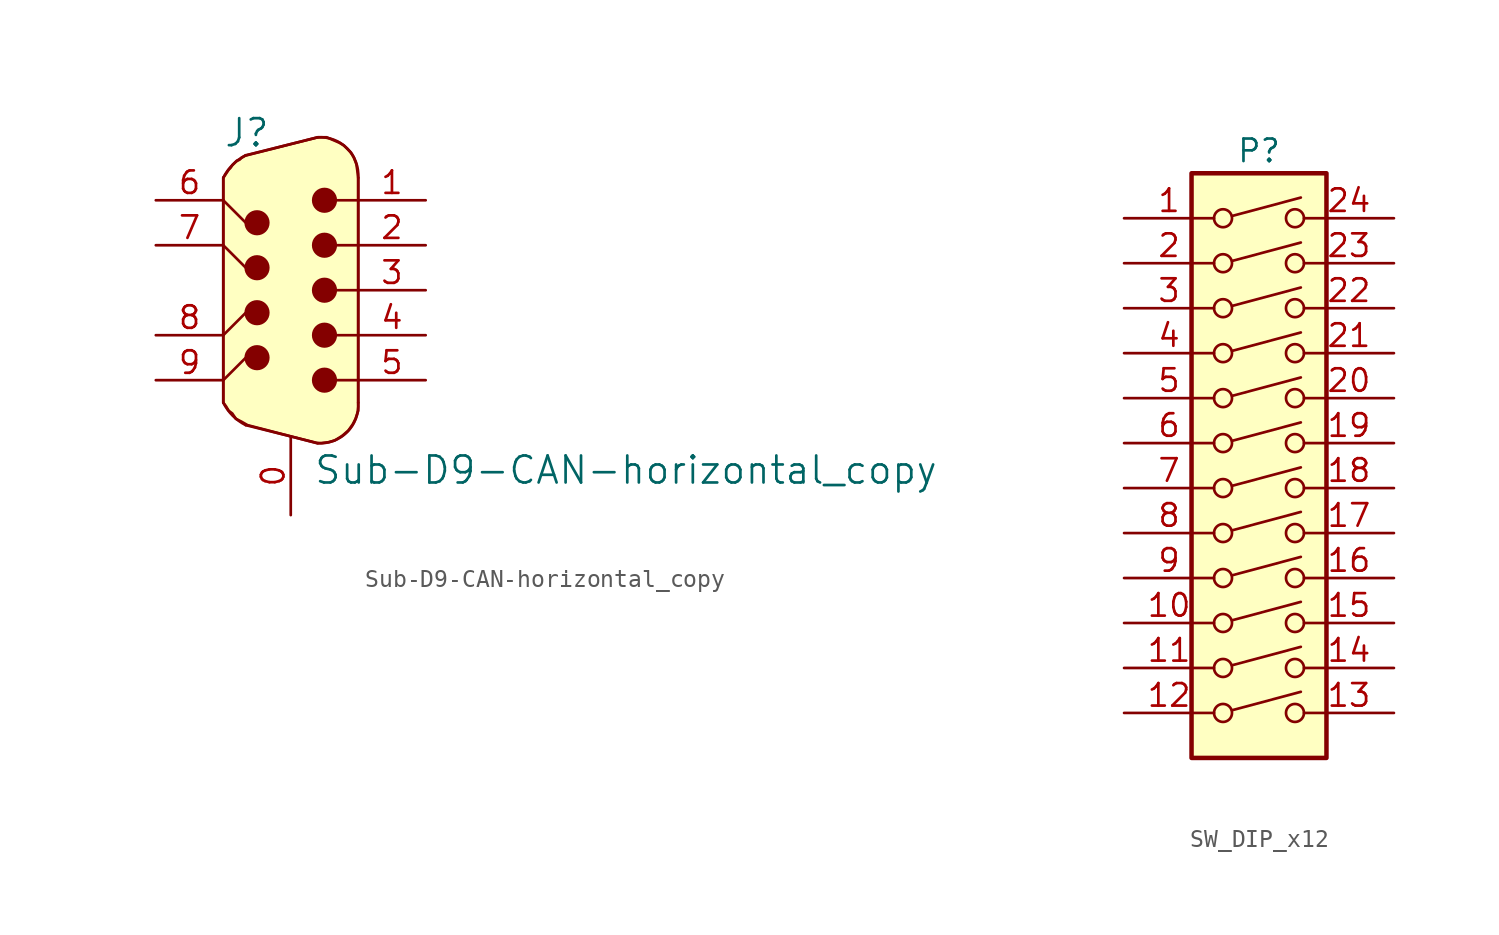
<source format=kicad_sym>
(kicad_symbol_lib
  (version 20211014)
  (generator kicad_symbol_editor)
  (symbol "Sub-D9-CAN-horizontal_copy"
    (pin_names
      (offset 1.016))
    (property "Reference" "J"
      (at -3.81 8.89 0)
      (effects (font (size 1.524 1.524)) (justify left)))
    (property "Value" "Sub-D9-CAN-horizontal_copy"
      (at 1.27 -10.16 0)
      (effects (font (size 1.524 1.524)) (justify left)))
    (symbol "Sub-D9-CAN-horizontal_copy_0_1"
      (circle (center -1.905 -3.81) (radius 0.635) (stroke (width 0) (type default) (color 0 0 0 0)) (fill (type outline)))
      (circle (center -1.905 -1.27) (radius 0.635) (stroke (width 0) (type default) (color 0 0 0 0)) (fill (type outline)))
      (circle (center -1.905 1.27) (radius 0.635) (stroke (width 0) (type default) (color 0 0 0 0)) (fill (type outline)))
      (circle (center -1.905 3.81) (radius 0.635) (stroke (width 0) (type default) (color 0 0 0 0)) (fill (type outline)))
      (polyline (pts (xy -3.81 -5.08) (xy -2.54 -3.81)) (stroke (width 0) (type default) (color 0 0 0 0)) (fill (type none)))
      (polyline (pts (xy -3.81 -2.54) (xy -2.54 -1.27)) (stroke (width 0) (type default) (color 0 0 0 0)) (fill (type none)))
      (polyline (pts (xy -3.81 2.54) (xy -2.54 1.27)) (stroke (width 0) (type default) (color 0 0 0 0)) (fill (type none)))
      (polyline (pts (xy -3.81 5.08) (xy -2.54 3.81)) (stroke (width 0) (type default) (color 0 0 0 0)) (fill (type none)))
      (polyline (pts (xy 3.81 -5.08) (xy 2.54 -5.08)) (stroke (width 0) (type default) (color 0 0 0 0)) (fill (type none)))
      (polyline (pts (xy 3.81 -2.54) (xy 2.54 -2.54)) (stroke (width 0) (type default) (color 0 0 0 0)) (fill (type none)))
      (polyline (pts (xy 3.81 0) (xy 2.54 0)) (stroke (width 0) (type default) (color 0 0 0 0)) (fill (type none)))
      (polyline (pts (xy 3.81 2.54) (xy 2.54 2.54)) (stroke (width 0) (type default) (color 0 0 0 0)) (fill (type none)))
      (polyline (pts (xy 3.81 5.08) (xy 2.54 5.08)) (stroke (width 0) (type default) (color 0 0 0 0)) (fill (type none)))
      (circle (center 1.905 -5.08) (radius 0.635) (stroke (width 0) (type default) (color 0 0 0 0)) (fill (type outline)))
      (circle (center 1.905 -2.54) (radius 0.635) (stroke (width 0) (type default) (color 0 0 0 0)) (fill (type outline)))
      (circle (center 1.905 0) (radius 0.635) (stroke (width 0) (type default) (color 0 0 0 0)) (fill (type outline)))
      (circle (center 1.905 2.54) (radius 0.635) (stroke (width 0) (type default) (color 0 0 0 0)) (fill (type outline)))
      (circle (center 1.905 5.08) (radius 0.635) (stroke (width 0) (type default) (color 0 0 0 0)) (fill (type outline))))
    (symbol "Sub-D9-CAN-horizontal_copy_1_1"
      (arc (start -3.81 -6.35) (mid -3.278 -7.088) (end -2.54 -7.62) (stroke (width 0) (type default) (color 0 0 0 0)) (fill (type none)))
      (arc (start -2.54 7.62) (mid -3.278 7.088) (end -3.81 6.35) (stroke (width 0) (type default) (color 0 0 0 0)) (fill (type none)))
      (polyline (pts (xy -3.81 6.35) (xy -3.81 -6.35)) (stroke (width 0) (type default) (color 0 0 0 0)) (fill (type background)))
      (polyline (pts (xy -2.54 7.62) (xy 1.524 8.636)) (stroke (width 0) (type default) (color 0 0 0 0)) (fill (type background)))
      (polyline (pts (xy 1.524 -8.636) (xy -2.54 -7.62)) (stroke (width 0) (type default) (color 0 0 0 0)) (fill (type background)))
      (polyline (pts (xy 3.81 6.35) (xy 3.81 -6.35)) (stroke (width 0) (type default) (color 0 0 0 0)) (fill (type background)))
      (polyline (pts (xy -2.54 7.62) (xy -2.794 7.468) (xy -2.896 7.366) (xy -3.048 7.315) (xy -3.2 7.163) (xy -3.302 7.061) (xy -3.404 6.909) (xy -3.505 6.807) (xy -3.607 6.655) (xy -3.708 6.502) (xy -3.81 6.35) (xy -3.81 -6.35) (xy -3.658 -6.553) (xy -3.505 -6.807) (xy -3.302 -6.96) (xy -3.099 -7.264) (xy -2.794 -7.417) (xy -2.438 -7.62) (xy 1.473 -8.636) (xy 1.727 -8.636) (xy 2.134 -8.585) (xy 2.489 -8.484) (xy 2.896 -8.23) (xy 3.251 -7.925) (xy 3.505 -7.569) (xy 3.658 -7.264) (xy 3.81 -6.807) (xy 3.81 -6.35) (xy 3.81 6.35) (xy 3.759 6.756) (xy 3.708 7.112) (xy 3.556 7.518) (xy 3.404 7.772) (xy 3.2 7.976) (xy 2.997 8.179) (xy 2.743 8.331) (xy 2.388 8.484) (xy 2.032 8.636) (xy 1.778 8.636) (xy 1.524 8.636) (xy -2.489 7.62)) (stroke (width 0) (type default) (color 0 0 0 0)) (fill (type background)))
      (arc (start 1.524 -8.636) (mid 3.1896 -8.0073) (end 3.81 -6.35) (stroke (width 0) (type default) (color 0 0 0 0)) (fill (type none)))
      (arc (start 3.81 6.35) (mid 3.1813 8.0156) (end 1.524 8.636) (stroke (width 0) (type default) (color 0 0 0 0)) (fill (type none)))
      (pin passive line (at 0 -12.7 90) (length 4.445) (name "~" (effects (font (size 1.27 1.27)))) (number "0" (effects (font (size 1.27 1.27)))))
      (pin passive line (at 7.62 5.08 180) (length 3.81) (name "~" (effects (font (size 1.27 1.27)))) (number "1" (effects (font (size 1.27 1.27)))))
      (pin passive line (at 7.62 2.54 180) (length 3.81) (name "~" (effects (font (size 1.27 1.27)))) (number "2" (effects (font (size 1.27 1.27)))))
      (pin passive line (at 7.62 0 180) (length 3.81) (name "~" (effects (font (size 1.27 1.27)))) (number "3" (effects (font (size 1.27 1.27)))))
      (pin passive line (at 7.62 -2.54 180) (length 3.81) (name "~" (effects (font (size 1.27 1.27)))) (number "4" (effects (font (size 1.27 1.27)))))
      (pin passive line (at 7.62 -5.08 180) (length 3.81) (name "~" (effects (font (size 1.27 1.27)))) (number "5" (effects (font (size 1.27 1.27)))))
      (pin passive line (at -7.62 5.08 0) (length 3.81) (name "~" (effects (font (size 1.27 1.27)))) (number "6" (effects (font (size 1.27 1.27)))))
      (pin passive line (at -7.62 2.54 0) (length 3.81) (name "~" (effects (font (size 1.27 1.27)))) (number "7" (effects (font (size 1.27 1.27)))))
      (pin passive line (at -7.62 -2.54 0) (length 3.81) (name "~" (effects (font (size 1.27 1.27)))) (number "8" (effects (font (size 1.27 1.27)))))
      (pin passive line (at -7.62 -5.08 0) (length 3.81) (name "~" (effects (font (size 1.27 1.27)))) (number "9" (effects (font (size 1.27 1.27)))))))
  (symbol "SW_DIP_x12"
    (pin_names
      (offset 0) hide)
    (property "Reference" "P"
      (at 0 19.05 0)
      (effects (font (size 1.27 1.27))))
    (symbol "SW_DIP_x12_0_0"
      (circle (center -2.032 -12.7) (radius 0.508) (stroke (width 0) (type default) (color 0 0 0 0)) (fill (type none)))
      (circle (center -2.032 -10.16) (radius 0.508) (stroke (width 0) (type default) (color 0 0 0 0)) (fill (type none)))
      (circle (center -2.032 -7.62) (radius 0.508) (stroke (width 0) (type default) (color 0 0 0 0)) (fill (type none)))
      (circle (center -2.032 -5.08) (radius 0.508) (stroke (width 0) (type default) (color 0 0 0 0)) (fill (type none)))
      (circle (center -2.032 -2.54) (radius 0.508) (stroke (width 0) (type default) (color 0 0 0 0)) (fill (type none)))
      (circle (center -2.032 0) (radius 0.508) (stroke (width 0) (type default) (color 0 0 0 0)) (fill (type none)))
      (circle (center -2.032 2.54) (radius 0.508) (stroke (width 0) (type default) (color 0 0 0 0)) (fill (type none)))
      (circle (center -2.032 5.08) (radius 0.508) (stroke (width 0) (type default) (color 0 0 0 0)) (fill (type none)))
      (circle (center -2.032 7.62) (radius 0.508) (stroke (width 0) (type default) (color 0 0 0 0)) (fill (type none)))
      (circle (center -2.032 10.16) (radius 0.508) (stroke (width 0) (type default) (color 0 0 0 0)) (fill (type none)))
      (circle (center -2.032 12.7) (radius 0.508) (stroke (width 0) (type default) (color 0 0 0 0)) (fill (type none)))
      (circle (center -2.032 15.24) (radius 0.508) (stroke (width 0) (type default) (color 0 0 0 0)) (fill (type none)))
      (polyline (pts (xy -1.524 -12.548) (xy 2.362 -11.506)) (stroke (width 0) (type default) (color 0 0 0 0)) (fill (type none)))
      (polyline (pts (xy -1.524 -10.008) (xy 2.362 -8.966)) (stroke (width 0) (type default) (color 0 0 0 0)) (fill (type none)))
      (polyline (pts (xy -1.524 -7.468) (xy 2.362 -6.426)) (stroke (width 0) (type default) (color 0 0 0 0)) (fill (type none)))
      (polyline (pts (xy -1.524 -4.928) (xy 2.362 -3.886)) (stroke (width 0) (type default) (color 0 0 0 0)) (fill (type none)))
      (polyline (pts (xy -1.524 -2.388) (xy 2.362 -1.346)) (stroke (width 0) (type default) (color 0 0 0 0)) (fill (type none)))
      (polyline (pts (xy -1.524 0.127) (xy 2.362 1.168)) (stroke (width 0) (type default) (color 0 0 0 0)) (fill (type none)))
      (polyline (pts (xy -1.524 2.667) (xy 2.362 3.708)) (stroke (width 0) (type default) (color 0 0 0 0)) (fill (type none)))
      (polyline (pts (xy -1.524 5.207) (xy 2.362 6.248)) (stroke (width 0) (type default) (color 0 0 0 0)) (fill (type none)))
      (polyline (pts (xy -1.524 7.747) (xy 2.362 8.788)) (stroke (width 0) (type default) (color 0 0 0 0)) (fill (type none)))
      (polyline (pts (xy -1.524 10.287) (xy 2.362 11.328)) (stroke (width 0) (type default) (color 0 0 0 0)) (fill (type none)))
      (polyline (pts (xy -1.524 12.827) (xy 2.362 13.868)) (stroke (width 0) (type default) (color 0 0 0 0)) (fill (type none)))
      (polyline (pts (xy -1.524 15.367) (xy 2.362 16.408)) (stroke (width 0) (type default) (color 0 0 0 0)) (fill (type none)))
      (circle (center 2.032 -12.7) (radius 0.508) (stroke (width 0) (type default) (color 0 0 0 0)) (fill (type none)))
      (circle (center 2.032 -10.16) (radius 0.508) (stroke (width 0) (type default) (color 0 0 0 0)) (fill (type none)))
      (circle (center 2.032 -7.62) (radius 0.508) (stroke (width 0) (type default) (color 0 0 0 0)) (fill (type none)))
      (circle (center 2.032 -5.08) (radius 0.508) (stroke (width 0) (type default) (color 0 0 0 0)) (fill (type none)))
      (circle (center 2.032 -2.54) (radius 0.508) (stroke (width 0) (type default) (color 0 0 0 0)) (fill (type none)))
      (circle (center 2.032 0) (radius 0.508) (stroke (width 0) (type default) (color 0 0 0 0)) (fill (type none)))
      (circle (center 2.032 2.54) (radius 0.508) (stroke (width 0) (type default) (color 0 0 0 0)) (fill (type none)))
      (circle (center 2.032 5.08) (radius 0.508) (stroke (width 0) (type default) (color 0 0 0 0)) (fill (type none)))
      (circle (center 2.032 7.62) (radius 0.508) (stroke (width 0) (type default) (color 0 0 0 0)) (fill (type none)))
      (circle (center 2.032 10.16) (radius 0.508) (stroke (width 0) (type default) (color 0 0 0 0)) (fill (type none)))
      (circle (center 2.032 12.7) (radius 0.508) (stroke (width 0) (type default) (color 0 0 0 0)) (fill (type none)))
      (circle (center 2.032 15.24) (radius 0.508) (stroke (width 0) (type default) (color 0 0 0 0)) (fill (type none))))
    (symbol "SW_DIP_x12_0_1"
      (rectangle (start -3.81 17.78) (end 3.81 -15.24) (stroke (width 0.254) (type default) (color 0 0 0 0)) (fill (type background))))
    (symbol "SW_DIP_x12_1_1"
      (pin passive line (at -7.62 15.24 0) (length 5.08) (name "~" (effects (font (size 1.27 1.27)))) (number "1" (effects (font (size 1.27 1.27)))))
      (pin passive line (at -7.62 -7.62 0) (length 5.08) (name "~" (effects (font (size 1.27 1.27)))) (number "10" (effects (font (size 1.27 1.27)))))
      (pin passive line (at -7.62 -10.16 0) (length 5.08) (name "~" (effects (font (size 1.27 1.27)))) (number "11" (effects (font (size 1.27 1.27)))))
      (pin passive line (at -7.62 -12.7 0) (length 5.08) (name "~" (effects (font (size 1.27 1.27)))) (number "12" (effects (font (size 1.27 1.27)))))
      (pin passive line (at 7.62 -12.7 180) (length 5.08) (name "~" (effects (font (size 1.27 1.27)))) (number "13" (effects (font (size 1.27 1.27)))))
      (pin passive line (at 7.62 -10.16 180) (length 5.08) (name "~" (effects (font (size 1.27 1.27)))) (number "14" (effects (font (size 1.27 1.27)))))
      (pin passive line (at 7.62 -7.62 180) (length 5.08) (name "~" (effects (font (size 1.27 1.27)))) (number "15" (effects (font (size 1.27 1.27)))))
      (pin passive line (at 7.62 -5.08 180) (length 5.08) (name "~" (effects (font (size 1.27 1.27)))) (number "16" (effects (font (size 1.27 1.27)))))
      (pin passive line (at 7.62 -2.54 180) (length 5.08) (name "~" (effects (font (size 1.27 1.27)))) (number "17" (effects (font (size 1.27 1.27)))))
      (pin passive line (at 7.62 0 180) (length 5.08) (name "~" (effects (font (size 1.27 1.27)))) (number "18" (effects (font (size 1.27 1.27)))))
      (pin passive line (at 7.62 2.54 180) (length 5.08) (name "~" (effects (font (size 1.27 1.27)))) (number "19" (effects (font (size 1.27 1.27)))))
      (pin passive line (at -7.62 12.7 0) (length 5.08) (name "~" (effects (font (size 1.27 1.27)))) (number "2" (effects (font (size 1.27 1.27)))))
      (pin passive line (at 7.62 5.08 180) (length 5.08) (name "~" (effects (font (size 1.27 1.27)))) (number "20" (effects (font (size 1.27 1.27)))))
      (pin passive line (at 7.62 7.62 180) (length 5.08) (name "~" (effects (font (size 1.27 1.27)))) (number "21" (effects (font (size 1.27 1.27)))))
      (pin passive line (at 7.62 10.16 180) (length 5.08) (name "~" (effects (font (size 1.27 1.27)))) (number "22" (effects (font (size 1.27 1.27)))))
      (pin passive line (at 7.62 12.7 180) (length 5.08) (name "~" (effects (font (size 1.27 1.27)))) (number "23" (effects (font (size 1.27 1.27)))))
      (pin passive line (at 7.62 15.24 180) (length 5.08) (name "~" (effects (font (size 1.27 1.27)))) (number "24" (effects (font (size 1.27 1.27)))))
      (pin passive line (at -7.62 10.16 0) (length 5.08) (name "~" (effects (font (size 1.27 1.27)))) (number "3" (effects (font (size 1.27 1.27)))))
      (pin passive line (at -7.62 7.62 0) (length 5.08) (name "~" (effects (font (size 1.27 1.27)))) (number "4" (effects (font (size 1.27 1.27)))))
      (pin passive line (at -7.62 5.08 0) (length 5.08) (name "~" (effects (font (size 1.27 1.27)))) (number "5" (effects (font (size 1.27 1.27)))))
      (pin passive line (at -7.62 2.54 0) (length 5.08) (name "~" (effects (font (size 1.27 1.27)))) (number "6" (effects (font (size 1.27 1.27)))))
      (pin passive line (at -7.62 0 0) (length 5.08) (name "~" (effects (font (size 1.27 1.27)))) (number "7" (effects (font (size 1.27 1.27)))))
      (pin passive line (at -7.62 -2.54 0) (length 5.08) (name "~" (effects (font (size 1.27 1.27)))) (number "8" (effects (font (size 1.27 1.27)))))
      (pin passive line (at -7.62 -5.08 0) (length 5.08) (name "~" (effects (font (size 1.27 1.27)))) (number "9" (effects (font (size 1.27 1.27))))))))
</source>
